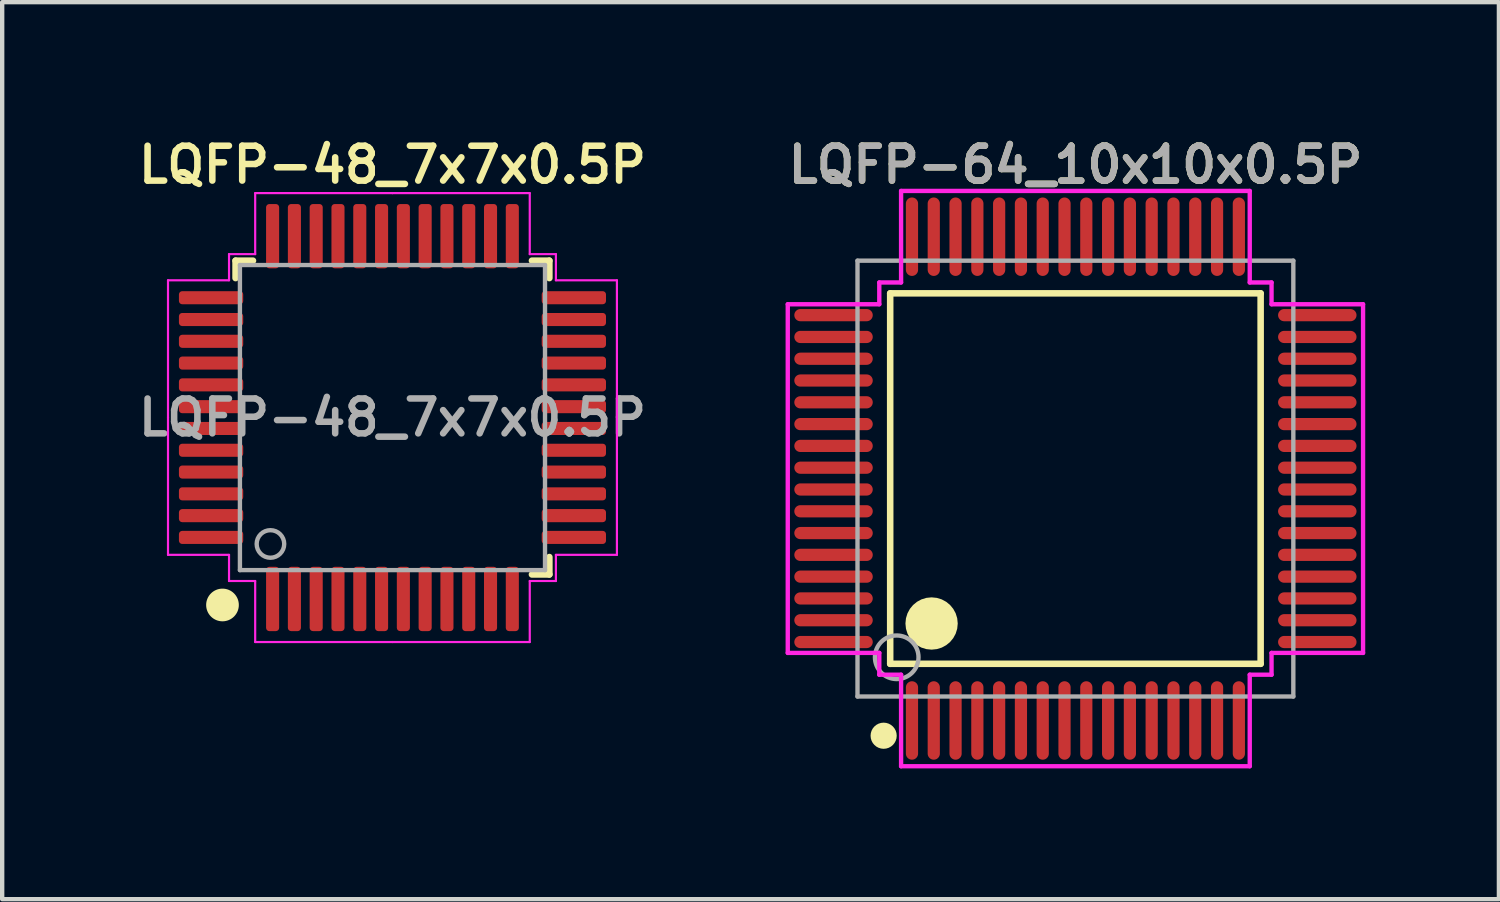
<source format=kicad_pcb>
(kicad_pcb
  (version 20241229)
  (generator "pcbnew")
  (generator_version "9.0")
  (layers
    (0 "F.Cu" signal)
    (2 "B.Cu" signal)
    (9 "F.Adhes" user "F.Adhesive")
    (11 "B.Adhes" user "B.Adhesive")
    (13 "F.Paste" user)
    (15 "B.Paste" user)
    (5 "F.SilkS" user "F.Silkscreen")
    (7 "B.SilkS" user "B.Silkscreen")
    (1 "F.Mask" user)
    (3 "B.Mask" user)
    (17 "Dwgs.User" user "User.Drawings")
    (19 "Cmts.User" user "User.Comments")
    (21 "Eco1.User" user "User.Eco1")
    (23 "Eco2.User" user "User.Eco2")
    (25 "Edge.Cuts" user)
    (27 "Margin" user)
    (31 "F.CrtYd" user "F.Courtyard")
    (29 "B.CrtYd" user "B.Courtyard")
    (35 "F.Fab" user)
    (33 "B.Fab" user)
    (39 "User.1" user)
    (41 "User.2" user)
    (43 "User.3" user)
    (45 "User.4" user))
  (footprint "LQFP-64_10x10x0.5P"
    (layer "F.Cu")
    (at 21.625 7.931)
    (property "Reference" "LQFP-64_10x10x0.5P" (at 0 -7.2 0) (layer "F.SilkS") (effects (font (size 0.8 0.8) (thickness 0.15))))
    (attr smd)
    (fp_line (start -4.25 -4.25) (end 4.25 -4.25) (stroke (width 0.15) (type solid)) (layer "F.SilkS"))
    (fp_line (start -4.25 4.25) (end -4.25 -4.25) (stroke (width 0.15) (type solid)) (layer "F.SilkS"))
    (fp_line (start -4.25 4.25) (end 4.25 4.25) (stroke (width 0.15) (type solid)) (layer "F.SilkS"))
    (fp_line (start 4.25 4.25) (end 4.25 -4.25) (stroke (width 0.15) (type solid)) (layer "F.SilkS"))
    (fp_circle (center -4.4 5.9) (end -4.25 5.9) (stroke (width 0.3) (type solid)) (fill no) (layer "F.SilkS"))
    (fp_circle (center -3.3 3.325) (end -3 3.325) (stroke (width 0.6) (type solid)) (fill no) (layer "F.SilkS"))
    (fp_line (start -6.6 -4) (end -6.6 4) (stroke (width 0.1) (type solid)) (layer "F.CrtYd"))
    (fp_line (start -4.5 -4.5) (end -4 -4.5) (stroke (width 0.1) (type solid)) (layer "F.CrtYd"))
    (fp_line (start -4.5 -4) (end -6.6 -4) (stroke (width 0.1) (type solid)) (layer "F.CrtYd"))
    (fp_line (start -4.5 -4) (end -4.5 -4.5) (stroke (width 0.1) (type solid)) (layer "F.CrtYd"))
    (fp_line (start -4.5 4) (end -6.6 4) (stroke (width 0.1) (type solid)) (layer "F.CrtYd"))
    (fp_line (start -4.5 4.5) (end -4.5 4) (stroke (width 0.1) (type solid)) (layer "F.CrtYd"))
    (fp_line (start -4 -4.5) (end -4 -6.6) (stroke (width 0.1) (type solid)) (layer "F.CrtYd"))
    (fp_line (start -4 4.5) (end -4.5 4.5) (stroke (width 0.1) (type solid)) (layer "F.CrtYd"))
    (fp_line (start -4 4.5) (end -4 6.6) (stroke (width 0.1) (type solid)) (layer "F.CrtYd"))
    (fp_line (start -4 6.6) (end 4 6.6) (stroke (width 0.1) (type solid)) (layer "F.CrtYd"))
    (fp_line (start 4 -6.6) (end -4 -6.6) (stroke (width 0.1) (type solid)) (layer "F.CrtYd"))
    (fp_line (start 4 -6.6) (end 4 -4.5) (stroke (width 0.1) (type solid)) (layer "F.CrtYd"))
    (fp_line (start 4 4.5) (end 4 6.6) (stroke (width 0.1) (type solid)) (layer "F.CrtYd"))
    (fp_line (start 4 4.5) (end 4.5 4.5) (stroke (width 0.1) (type solid)) (layer "F.CrtYd"))
    (fp_line (start 4.5 -4.5) (end 4 -4.5) (stroke (width 0.1) (type solid)) (layer "F.CrtYd"))
    (fp_line (start 4.5 -4) (end 4.5 -4.5) (stroke (width 0.1) (type solid)) (layer "F.CrtYd"))
    (fp_line (start 4.5 -4) (end 6.6 -4) (stroke (width 0.1) (type solid)) (layer "F.CrtYd"))
    (fp_line (start 4.5 4) (end 6.6 4) (stroke (width 0.1) (type solid)) (layer "F.CrtYd"))
    (fp_line (start 4.5 4.5) (end 4.5 4) (stroke (width 0.1) (type solid)) (layer "F.CrtYd"))
    (fp_line (start 6.6 4) (end 6.6 -4) (stroke (width 0.1) (type solid)) (layer "F.CrtYd"))
    (fp_line (start -5 -5) (end 5 -5) (stroke (width 0.1) (type solid)) (layer "F.Fab"))
    (fp_line (start -5 5) (end -5 -5) (stroke (width 0.1) (type solid)) (layer "F.Fab"))
    (fp_line (start -5 5) (end 5 5) (stroke (width 0.1) (type solid)) (layer "F.Fab"))
    (fp_line (start 5 5) (end 5 -5) (stroke (width 0.1) (type solid)) (layer "F.Fab"))
    (fp_circle (center -4.1 4.1) (end -3.6 4.1) (stroke (width 0.1) (type solid)) (fill no) (layer "F.Fab"))
    (fp_text user "${REFERENCE}" (at 0 -7.2 0) (layer "F.Fab") (effects (font (size 0.8 0.8) (thickness 0.15))))
    (pad "1" smd oval (at -3.75 5.55 180) (size 0.28 1.8) (layers "F.Cu" "F.Mask" "F.Paste"))
    (pad "2" smd oval (at -3.25 5.55 180) (size 0.28 1.8) (layers "F.Cu" "F.Mask" "F.Paste"))
    (pad "3" smd oval (at -2.75 5.55 180) (size 0.28 1.8) (layers "F.Cu" "F.Mask" "F.Paste"))
    (pad "4" smd oval (at -2.25 5.55 180) (size 0.28 1.8) (layers "F.Cu" "F.Mask" "F.Paste"))
    (pad "5" smd oval (at -1.75 5.55 180) (size 0.28 1.8) (layers "F.Cu" "F.Mask" "F.Paste"))
    (pad "6" smd oval (at -1.25 5.55 180) (size 0.28 1.8) (layers "F.Cu" "F.Mask" "F.Paste"))
    (pad "7" smd oval (at -0.75 5.55 180) (size 0.28 1.8) (layers "F.Cu" "F.Mask" "F.Paste"))
    (pad "8" smd oval (at -0.25 5.55 180) (size 0.28 1.8) (layers "F.Cu" "F.Mask" "F.Paste"))
    (pad "9" smd oval (at 0.25 5.55 180) (size 0.28 1.8) (layers "F.Cu" "F.Mask" "F.Paste"))
    (pad "10" smd oval (at 0.75 5.55 180) (size 0.28 1.8) (layers "F.Cu" "F.Mask" "F.Paste"))
    (pad "11" smd oval (at 1.25 5.55 180) (size 0.28 1.8) (layers "F.Cu" "F.Mask" "F.Paste"))
    (pad "12" smd oval (at 1.75 5.55 180) (size 0.28 1.8) (layers "F.Cu" "F.Mask" "F.Paste"))
    (pad "13" smd oval (at 2.25 5.55 180) (size 0.28 1.8) (layers "F.Cu" "F.Mask" "F.Paste"))
    (pad "14" smd oval (at 2.75 5.55 180) (size 0.28 1.8) (layers "F.Cu" "F.Mask" "F.Paste"))
    (pad "15" smd oval (at 3.25 5.55 180) (size 0.28 1.8) (layers "F.Cu" "F.Mask" "F.Paste"))
    (pad "16" smd oval (at 3.75 5.55 180) (size 0.28 1.8) (layers "F.Cu" "F.Mask" "F.Paste"))
    (pad "17" smd oval (at 5.55 3.75 90) (size 0.28 1.8) (layers "F.Cu" "F.Mask" "F.Paste"))
    (pad "18" smd oval (at 5.55 3.25 90) (size 0.28 1.8) (layers "F.Cu" "F.Mask" "F.Paste"))
    (pad "19" smd oval (at 5.55 2.75 90) (size 0.28 1.8) (layers "F.Cu" "F.Mask" "F.Paste"))
    (pad "20" smd oval (at 5.55 2.25 90) (size 0.28 1.8) (layers "F.Cu" "F.Mask" "F.Paste"))
    (pad "21" smd oval (at 5.55 1.75 90) (size 0.28 1.8) (layers "F.Cu" "F.Mask" "F.Paste"))
    (pad "22" smd oval (at 5.55 1.25 90) (size 0.28 1.8) (layers "F.Cu" "F.Mask" "F.Paste"))
    (pad "23" smd oval (at 5.55 0.75 90) (size 0.28 1.8) (layers "F.Cu" "F.Mask" "F.Paste"))
    (pad "24" smd oval (at 5.55 0.25 90) (size 0.28 1.8) (layers "F.Cu" "F.Mask" "F.Paste"))
    (pad "25" smd oval (at 5.55 -0.25 90) (size 0.28 1.8) (layers "F.Cu" "F.Mask" "F.Paste"))
    (pad "26" smd oval (at 5.55 -0.75 90) (size 0.28 1.8) (layers "F.Cu" "F.Mask" "F.Paste"))
    (pad "27" smd oval (at 5.55 -1.25 90) (size 0.28 1.8) (layers "F.Cu" "F.Mask" "F.Paste"))
    (pad "28" smd oval (at 5.55 -1.75 90) (size 0.28 1.8) (layers "F.Cu" "F.Mask" "F.Paste"))
    (pad "29" smd oval (at 5.55 -2.25 90) (size 0.28 1.8) (layers "F.Cu" "F.Mask" "F.Paste"))
    (pad "30" smd oval (at 5.55 -2.75 90) (size 0.28 1.8) (layers "F.Cu" "F.Mask" "F.Paste"))
    (pad "31" smd oval (at 5.55 -3.25 90) (size 0.28 1.8) (layers "F.Cu" "F.Mask" "F.Paste"))
    (pad "32" smd oval (at 5.55 -3.75 90) (size 0.28 1.8) (layers "F.Cu" "F.Mask" "F.Paste"))
    (pad "33" smd oval (at 3.75 -5.55 180) (size 0.28 1.8) (layers "F.Cu" "F.Mask" "F.Paste"))
    (pad "34" smd oval (at 3.25 -5.55 180) (size 0.28 1.8) (layers "F.Cu" "F.Mask" "F.Paste"))
    (pad "35" smd oval (at 2.75 -5.55 180) (size 0.28 1.8) (layers "F.Cu" "F.Mask" "F.Paste"))
    (pad "36" smd oval (at 2.25 -5.55 180) (size 0.28 1.8) (layers "F.Cu" "F.Mask" "F.Paste"))
    (pad "37" smd oval (at 1.75 -5.55 180) (size 0.28 1.8) (layers "F.Cu" "F.Mask" "F.Paste"))
    (pad "38" smd oval (at 1.25 -5.55 180) (size 0.28 1.8) (layers "F.Cu" "F.Mask" "F.Paste"))
    (pad "39" smd oval (at 0.75 -5.55 180) (size 0.28 1.8) (layers "F.Cu" "F.Mask" "F.Paste"))
    (pad "40" smd oval (at 0.25 -5.55 180) (size 0.28 1.8) (layers "F.Cu" "F.Mask" "F.Paste"))
    (pad "41" smd oval (at -0.25 -5.55 180) (size 0.28 1.8) (layers "F.Cu" "F.Mask" "F.Paste"))
    (pad "42" smd oval (at -0.75 -5.55 180) (size 0.28 1.8) (layers "F.Cu" "F.Mask" "F.Paste"))
    (pad "43" smd oval (at -1.25 -5.55 180) (size 0.28 1.8) (layers "F.Cu" "F.Mask" "F.Paste"))
    (pad "44" smd oval (at -1.75 -5.55 180) (size 0.28 1.8) (layers "F.Cu" "F.Mask" "F.Paste"))
    (pad "45" smd oval (at -2.25 -5.55 180) (size 0.28 1.8) (layers "F.Cu" "F.Mask" "F.Paste"))
    (pad "46" smd oval (at -2.75 -5.55 180) (size 0.28 1.8) (layers "F.Cu" "F.Mask" "F.Paste"))
    (pad "47" smd oval (at -3.25 -5.55 180) (size 0.28 1.8) (layers "F.Cu" "F.Mask" "F.Paste"))
    (pad "48" smd oval (at -3.75 -5.55 180) (size 0.28 1.8) (layers "F.Cu" "F.Mask" "F.Paste"))
    (pad "49" smd oval (at -5.55 -3.75 90) (size 0.28 1.8) (layers "F.Cu" "F.Mask" "F.Paste"))
    (pad "50" smd oval (at -5.55 -3.25 90) (size 0.28 1.8) (layers "F.Cu" "F.Mask" "F.Paste"))
    (pad "51" smd oval (at -5.55 -2.75 90) (size 0.28 1.8) (layers "F.Cu" "F.Mask" "F.Paste"))
    (pad "52" smd oval (at -5.55 -2.25 90) (size 0.28 1.8) (layers "F.Cu" "F.Mask" "F.Paste"))
    (pad "53" smd oval (at -5.55 -1.75 90) (size 0.28 1.8) (layers "F.Cu" "F.Mask" "F.Paste"))
    (pad "54" smd oval (at -5.55 -1.25 90) (size 0.28 1.8) (layers "F.Cu" "F.Mask" "F.Paste"))
    (pad "55" smd oval (at -5.55 -0.75 90) (size 0.28 1.8) (layers "F.Cu" "F.Mask" "F.Paste"))
    (pad "56" smd oval (at -5.55 -0.25 90) (size 0.28 1.8) (layers "F.Cu" "F.Mask" "F.Paste"))
    (pad "57" smd oval (at -5.55 0.25 90) (size 0.28 1.8) (layers "F.Cu" "F.Mask" "F.Paste"))
    (pad "58" smd oval (at -5.55 0.75 90) (size 0.28 1.8) (layers "F.Cu" "F.Mask" "F.Paste"))
    (pad "59" smd oval (at -5.55 1.25 90) (size 0.28 1.8) (layers "F.Cu" "F.Mask" "F.Paste"))
    (pad "60" smd oval (at -5.55 1.75 90) (size 0.28 1.8) (layers "F.Cu" "F.Mask" "F.Paste"))
    (pad "61" smd oval (at -5.55 2.25 90) (size 0.28 1.8) (layers "F.Cu" "F.Mask" "F.Paste"))
    (pad "62" smd oval (at -5.55 2.75 90) (size 0.28 1.8) (layers "F.Cu" "F.Mask" "F.Paste"))
    (pad "63" smd oval (at -5.55 3.25 90) (size 0.28 1.8) (layers "F.Cu" "F.Mask" "F.Paste"))
    (pad "64" smd oval (at -5.55 3.75 90) (size 0.28 1.8) (layers "F.Cu" "F.Mask" "F.Paste")))
  (footprint "LQFP-48_7x7x0.5P"
    (layer "F.Cu")
    (at 5.955 6.531)
    (property "Reference" "LQFP-48_7x7x0.5P" (at 0 -5.8 180) (layer "F.SilkS") (effects (font (size 0.8 0.8) (thickness 0.15))))
    (attr smd)
    (fp_line (start -3.6 -3.6) (end -3.6 -3.2) (stroke (width 0.15) (type solid)) (layer "F.SilkS"))
    (fp_line (start -3.6 -3.6) (end -3.2 -3.6) (stroke (width 0.15) (type solid)) (layer "F.SilkS"))
    (fp_line (start 3.6 -3.6) (end 3.2 -3.6) (stroke (width 0.15) (type solid)) (layer "F.SilkS"))
    (fp_line (start 3.6 -3.6) (end 3.6 -3.2) (stroke (width 0.15) (type solid)) (layer "F.SilkS"))
    (fp_line (start 3.6 3.6) (end 3.2 3.6) (stroke (width 0.15) (type solid)) (layer "F.SilkS"))
    (fp_line (start 3.6 3.6) (end 3.6 3.2) (stroke (width 0.15) (type solid)) (layer "F.SilkS"))
    (fp_circle (center -3.9 4.3) (end -3.6 4.3) (stroke (width 0.15) (type solid)) (fill yes) (layer "F.SilkS"))
    (fp_line (start -5.15 -3.15) (end -3.75 -3.15) (stroke (width 0.05) (type solid)) (layer "F.CrtYd"))
    (fp_line (start -5.15 0) (end -5.15 -3.15) (stroke (width 0.05) (type solid)) (layer "F.CrtYd"))
    (fp_line (start -5.15 0) (end -5.15 3.15) (stroke (width 0.05) (type solid)) (layer "F.CrtYd"))
    (fp_line (start -5.15 3.15) (end -3.75 3.15) (stroke (width 0.05) (type solid)) (layer "F.CrtYd"))
    (fp_line (start -3.75 -3.75) (end -3.15 -3.75) (stroke (width 0.05) (type solid)) (layer "F.CrtYd"))
    (fp_line (start -3.75 -3.15) (end -3.75 -3.75) (stroke (width 0.05) (type solid)) (layer "F.CrtYd"))
    (fp_line (start -3.75 3.15) (end -3.75 3.75) (stroke (width 0.05) (type solid)) (layer "F.CrtYd"))
    (fp_line (start -3.75 3.75) (end -3.15 3.75) (stroke (width 0.05) (type solid)) (layer "F.CrtYd"))
    (fp_line (start -3.15 -5.15) (end 0 -5.15) (stroke (width 0.05) (type solid)) (layer "F.CrtYd"))
    (fp_line (start -3.15 -3.75) (end -3.15 -5.15) (stroke (width 0.05) (type solid)) (layer "F.CrtYd"))
    (fp_line (start -3.15 3.75) (end -3.15 5.15) (stroke (width 0.05) (type solid)) (layer "F.CrtYd"))
    (fp_line (start -3.15 5.15) (end 0 5.15) (stroke (width 0.05) (type solid)) (layer "F.CrtYd"))
    (fp_line (start 3.15 -5.15) (end 0 -5.15) (stroke (width 0.05) (type solid)) (layer "F.CrtYd"))
    (fp_line (start 3.15 -3.75) (end 3.15 -5.15) (stroke (width 0.05) (type solid)) (layer "F.CrtYd"))
    (fp_line (start 3.15 3.75) (end 3.15 5.15) (stroke (width 0.05) (type solid)) (layer "F.CrtYd"))
    (fp_line (start 3.15 5.15) (end 0 5.15) (stroke (width 0.05) (type solid)) (layer "F.CrtYd"))
    (fp_line (start 3.75 -3.75) (end 3.15 -3.75) (stroke (width 0.05) (type solid)) (layer "F.CrtYd"))
    (fp_line (start 3.75 -3.15) (end 3.75 -3.75) (stroke (width 0.05) (type solid)) (layer "F.CrtYd"))
    (fp_line (start 3.75 3.15) (end 3.75 3.75) (stroke (width 0.05) (type solid)) (layer "F.CrtYd"))
    (fp_line (start 3.75 3.75) (end 3.15 3.75) (stroke (width 0.05) (type solid)) (layer "F.CrtYd"))
    (fp_line (start 5.15 -3.15) (end 3.75 -3.15) (stroke (width 0.05) (type solid)) (layer "F.CrtYd"))
    (fp_line (start 5.15 0) (end 5.15 -3.15) (stroke (width 0.05) (type solid)) (layer "F.CrtYd"))
    (fp_line (start 5.15 0) (end 5.15 3.15) (stroke (width 0.05) (type solid)) (layer "F.CrtYd"))
    (fp_line (start 5.15 3.15) (end 3.75 3.15) (stroke (width 0.05) (type solid)) (layer "F.CrtYd"))
    (fp_line (start -3.5 -3.5) (end 3.5 -3.5) (stroke (width 0.1) (type solid)) (layer "F.Fab"))
    (fp_line (start -3.5 3.5) (end -3.5 -3.5) (stroke (width 0.1) (type solid)) (layer "F.Fab"))
    (fp_line (start 3.5 -3.5) (end 3.5 3.5) (stroke (width 0.1) (type solid)) (layer "F.Fab"))
    (fp_line (start 3.5 3.5) (end -3.5 3.5) (stroke (width 0.1) (type solid)) (layer "F.Fab"))
    (fp_circle (center -2.8 2.9) (end -2.9 2.6) (stroke (width 0.1) (type solid)) (fill no) (layer "F.Fab"))
    (fp_text user "${REFERENCE}" (at 0 0 180) (layer "F.Fab") (effects (font (size 0.8 0.8) (thickness 0.15))))
    (pad "1" smd roundrect (at -2.75 4.162 90) (size 1.475 0.3) (layers "F.Cu" "F.Mask" "F.Paste") (roundrect_rratio 0.25))
    (pad "2" smd roundrect (at -2.25 4.162 90) (size 1.475 0.3) (layers "F.Cu" "F.Mask" "F.Paste") (roundrect_rratio 0.25))
    (pad "3" smd roundrect (at -1.75 4.162 90) (size 1.475 0.3) (layers "F.Cu" "F.Mask" "F.Paste") (roundrect_rratio 0.25))
    (pad "4" smd roundrect (at -1.25 4.162 90) (size 1.475 0.3) (layers "F.Cu" "F.Mask" "F.Paste") (roundrect_rratio 0.25))
    (pad "5" smd roundrect (at -0.75 4.162 90) (size 1.475 0.3) (layers "F.Cu" "F.Mask" "F.Paste") (roundrect_rratio 0.25))
    (pad "6" smd roundrect (at -0.25 4.162 90) (size 1.475 0.3) (layers "F.Cu" "F.Mask" "F.Paste") (roundrect_rratio 0.25))
    (pad "7" smd roundrect (at 0.25 4.162 90) (size 1.475 0.3) (layers "F.Cu" "F.Mask" "F.Paste") (roundrect_rratio 0.25))
    (pad "8" smd roundrect (at 0.75 4.162 90) (size 1.475 0.3) (layers "F.Cu" "F.Mask" "F.Paste") (roundrect_rratio 0.25))
    (pad "9" smd roundrect (at 1.25 4.162 90) (size 1.475 0.3) (layers "F.Cu" "F.Mask" "F.Paste") (roundrect_rratio 0.25))
    (pad "10" smd roundrect (at 1.75 4.162 90) (size 1.475 0.3) (layers "F.Cu" "F.Mask" "F.Paste") (roundrect_rratio 0.25))
    (pad "11" smd roundrect (at 2.25 4.162 90) (size 1.475 0.3) (layers "F.Cu" "F.Mask" "F.Paste") (roundrect_rratio 0.25))
    (pad "12" smd roundrect (at 2.75 4.162 90) (size 1.475 0.3) (layers "F.Cu" "F.Mask" "F.Paste") (roundrect_rratio 0.25))
    (pad "13" smd roundrect (at 4.162 2.75 90) (size 0.3 1.475) (layers "F.Cu" "F.Mask" "F.Paste") (roundrect_rratio 0.25))
    (pad "14" smd roundrect (at 4.162 2.25 90) (size 0.3 1.475) (layers "F.Cu" "F.Mask" "F.Paste") (roundrect_rratio 0.25))
    (pad "15" smd roundrect (at 4.162 1.75 90) (size 0.3 1.475) (layers "F.Cu" "F.Mask" "F.Paste") (roundrect_rratio 0.25))
    (pad "16" smd roundrect (at 4.162 1.25 90) (size 0.3 1.475) (layers "F.Cu" "F.Mask" "F.Paste") (roundrect_rratio 0.25))
    (pad "17" smd roundrect (at 4.162 0.75 90) (size 0.3 1.475) (layers "F.Cu" "F.Mask" "F.Paste") (roundrect_rratio 0.25))
    (pad "18" smd roundrect (at 4.162 0.25 90) (size 0.3 1.475) (layers "F.Cu" "F.Mask" "F.Paste") (roundrect_rratio 0.25))
    (pad "19" smd roundrect (at 4.162 -0.25 90) (size 0.3 1.475) (layers "F.Cu" "F.Mask" "F.Paste") (roundrect_rratio 0.25))
    (pad "20" smd roundrect (at 4.162 -0.75 90) (size 0.3 1.475) (layers "F.Cu" "F.Mask" "F.Paste") (roundrect_rratio 0.25))
    (pad "21" smd roundrect (at 4.162 -1.25 90) (size 0.3 1.475) (layers "F.Cu" "F.Mask" "F.Paste") (roundrect_rratio 0.25))
    (pad "22" smd roundrect (at 4.162 -1.75 90) (size 0.3 1.475) (layers "F.Cu" "F.Mask" "F.Paste") (roundrect_rratio 0.25))
    (pad "23" smd roundrect (at 4.162 -2.25 90) (size 0.3 1.475) (layers "F.Cu" "F.Mask" "F.Paste") (roundrect_rratio 0.25))
    (pad "24" smd roundrect (at 4.162 -2.75 90) (size 0.3 1.475) (layers "F.Cu" "F.Mask" "F.Paste") (roundrect_rratio 0.25))
    (pad "25" smd roundrect (at 2.75 -4.162 90) (size 1.475 0.3) (layers "F.Cu" "F.Mask" "F.Paste") (roundrect_rratio 0.25))
    (pad "26" smd roundrect (at 2.25 -4.162 90) (size 1.475 0.3) (layers "F.Cu" "F.Mask" "F.Paste") (roundrect_rratio 0.25))
    (pad "27" smd roundrect (at 1.75 -4.162 90) (size 1.475 0.3) (layers "F.Cu" "F.Mask" "F.Paste") (roundrect_rratio 0.25))
    (pad "28" smd roundrect (at 1.25 -4.162 90) (size 1.475 0.3) (layers "F.Cu" "F.Mask" "F.Paste") (roundrect_rratio 0.25))
    (pad "29" smd roundrect (at 0.75 -4.162 90) (size 1.475 0.3) (layers "F.Cu" "F.Mask" "F.Paste") (roundrect_rratio 0.25))
    (pad "30" smd roundrect (at 0.25 -4.162 90) (size 1.475 0.3) (layers "F.Cu" "F.Mask" "F.Paste") (roundrect_rratio 0.25))
    (pad "31" smd roundrect (at -0.25 -4.162 90) (size 1.475 0.3) (layers "F.Cu" "F.Mask" "F.Paste") (roundrect_rratio 0.25))
    (pad "32" smd roundrect (at -0.75 -4.162 90) (size 1.475 0.3) (layers "F.Cu" "F.Mask" "F.Paste") (roundrect_rratio 0.25))
    (pad "33" smd roundrect (at -1.25 -4.162 90) (size 1.475 0.3) (layers "F.Cu" "F.Mask" "F.Paste") (roundrect_rratio 0.25))
    (pad "34" smd roundrect (at -1.75 -4.162 90) (size 1.475 0.3) (layers "F.Cu" "F.Mask" "F.Paste") (roundrect_rratio 0.25))
    (pad "35" smd roundrect (at -2.25 -4.162 90) (size 1.475 0.3) (layers "F.Cu" "F.Mask" "F.Paste") (roundrect_rratio 0.25))
    (pad "36" smd roundrect (at -2.75 -4.162 90) (size 1.475 0.3) (layers "F.Cu" "F.Mask" "F.Paste") (roundrect_rratio 0.25))
    (pad "37" smd roundrect (at -4.162 -2.75 90) (size 0.3 1.475) (layers "F.Cu" "F.Mask" "F.Paste") (roundrect_rratio 0.25))
    (pad "38" smd roundrect (at -4.162 -2.25 90) (size 0.3 1.475) (layers "F.Cu" "F.Mask" "F.Paste") (roundrect_rratio 0.25))
    (pad "39" smd roundrect (at -4.162 -1.75 90) (size 0.3 1.475) (layers "F.Cu" "F.Mask" "F.Paste") (roundrect_rratio 0.25))
    (pad "40" smd roundrect (at -4.162 -1.25 90) (size 0.3 1.475) (layers "F.Cu" "F.Mask" "F.Paste") (roundrect_rratio 0.25))
    (pad "41" smd roundrect (at -4.162 -0.75 90) (size 0.3 1.475) (layers "F.Cu" "F.Mask" "F.Paste") (roundrect_rratio 0.25))
    (pad "42" smd roundrect (at -4.162 -0.25 90) (size 0.3 1.475) (layers "F.Cu" "F.Mask" "F.Paste") (roundrect_rratio 0.25))
    (pad "43" smd roundrect (at -4.162 0.25 90) (size 0.3 1.475) (layers "F.Cu" "F.Mask" "F.Paste") (roundrect_rratio 0.25))
    (pad "44" smd roundrect (at -4.162 0.75 90) (size 0.3 1.475) (layers "F.Cu" "F.Mask" "F.Paste") (roundrect_rratio 0.25))
    (pad "45" smd roundrect (at -4.162 1.25 90) (size 0.3 1.475) (layers "F.Cu" "F.Mask" "F.Paste") (roundrect_rratio 0.25))
    (pad "46" smd roundrect (at -4.162 1.75 90) (size 0.3 1.475) (layers "F.Cu" "F.Mask" "F.Paste") (roundrect_rratio 0.25))
    (pad "47" smd roundrect (at -4.162 2.25 90) (size 0.3 1.475) (layers "F.Cu" "F.Mask" "F.Paste") (roundrect_rratio 0.25))
    (pad "48" smd roundrect (at -4.162 2.75 90) (size 0.3 1.475) (layers "F.Cu" "F.Mask" "F.Paste") (roundrect_rratio 0.25)))
  (gr_rect
    (start -3 -3)
    (end 31.342 17.581)
    (stroke (width 0.1) (type default))
    (fill no)
    (layer "Edge.Cuts")))
</source>
